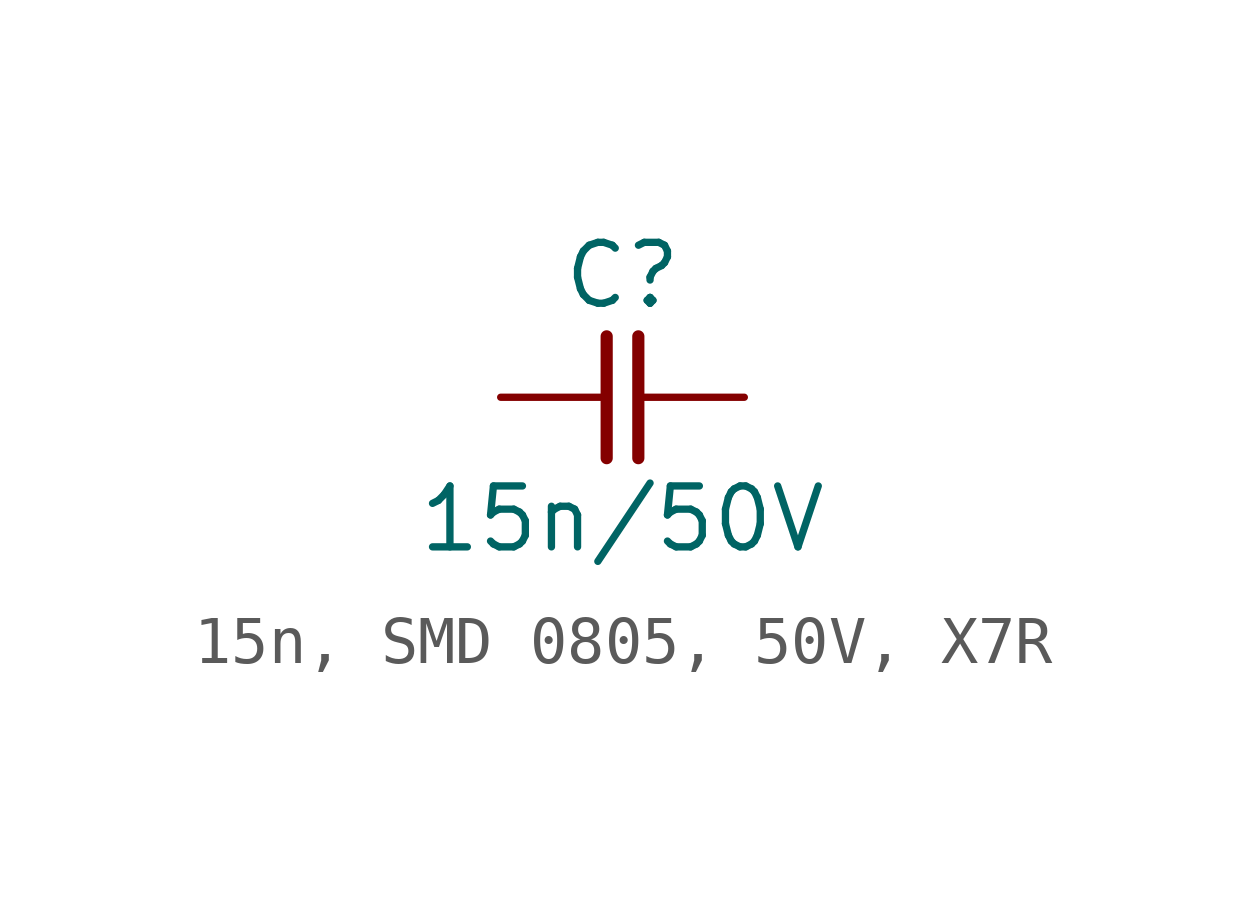
<source format=kicad_sym>
(kicad_symbol_lib
  (version 20220914)
  (generator kicad_symbol_editor)
  (symbol "15n, SMD 0805, 50V, X7R"
    (pin_numbers hide)
    (pin_names
      (offset 0) hide)
    (property "Reference" "C"
      (at 0 2.54 0)
      (effects (font (size 1.27 1.27))))
    (property "Value" "15n/50V"
      (at 0 -2.54 0)
      (effects (font (size 1.27 1.27))))
    (symbol "15n, SMD 0805, 50V, X7R_0_1"
      (polyline (pts (xy -0.33 1.27) (xy -0.33 -1.27)) (stroke (width 0.254) (type default)) (fill (type none)))
      (polyline (pts (xy 0.33 1.27) (xy 0.33 -1.27)) (stroke (width 0.254) (type default)) (fill (type none))))
    (symbol "15n, SMD 0805, 50V, X7R_1_1"
      (pin passive line (at -2.54 0 0) (length 2.21) (name "1" (effects (font (size 1.27 1.27)))) (number "1" (effects (font (size 1.27 1.27)))))
      (pin passive line (at 2.54 0 180) (length 2.21) (name "2" (effects (font (size 1.27 1.27)))) (number "2" (effects (font (size 1.27 1.27))))))))
</source>
